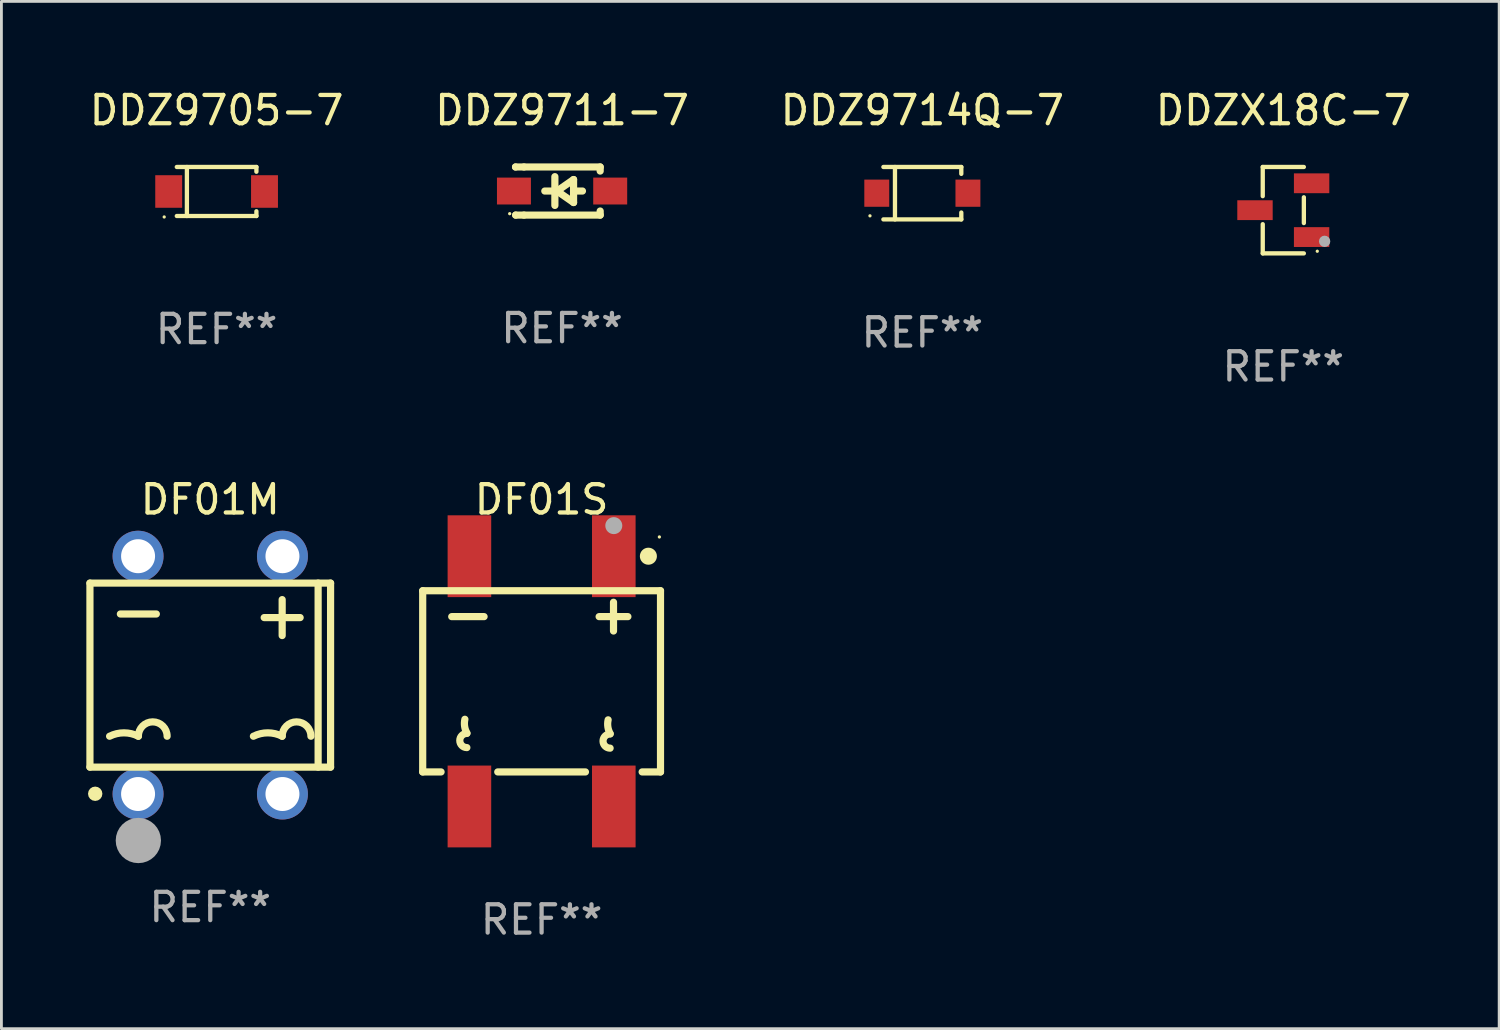
<source format=kicad_pcb>
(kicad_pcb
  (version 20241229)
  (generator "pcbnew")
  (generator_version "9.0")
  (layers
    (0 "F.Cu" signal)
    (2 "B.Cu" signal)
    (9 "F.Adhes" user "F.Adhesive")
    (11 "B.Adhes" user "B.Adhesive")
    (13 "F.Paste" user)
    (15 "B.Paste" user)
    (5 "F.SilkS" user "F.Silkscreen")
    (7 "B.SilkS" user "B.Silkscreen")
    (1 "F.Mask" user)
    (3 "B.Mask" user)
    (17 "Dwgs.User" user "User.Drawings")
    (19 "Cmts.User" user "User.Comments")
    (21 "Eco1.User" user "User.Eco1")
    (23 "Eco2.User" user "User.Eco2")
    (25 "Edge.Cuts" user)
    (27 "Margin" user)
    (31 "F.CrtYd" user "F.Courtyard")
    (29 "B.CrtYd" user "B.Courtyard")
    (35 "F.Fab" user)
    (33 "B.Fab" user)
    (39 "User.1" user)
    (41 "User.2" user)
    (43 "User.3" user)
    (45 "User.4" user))
  (footprint "DF01S"
    (layer "F.Cu")
    (at 16.081 21.017)
    (property "Reference" "DF01S" (at 0 -6.42 0) (layer "F.SilkS") (effects (font (size 1 1) (thickness 0.15))))
    (attr through_hole)
    (fp_line (start -4.2 -3.2) (end -4.2 3.2) (stroke (width 0.254) (type solid)) (layer "F.SilkS"))
    (fp_line (start -4.2 -3.2) (end 4.2 -3.2) (stroke (width 0.254) (type solid)) (layer "F.SilkS"))
    (fp_line (start -3.551 3.2) (end -4.2 3.2) (stroke (width 0.254) (type solid)) (layer "F.SilkS"))
    (fp_line (start -3.175 -2.286) (end -2.032 -2.286) (stroke (width 0.254) (type solid)) (layer "F.SilkS"))
    (fp_line (start 1.549 3.2) (end -1.549 3.2) (stroke (width 0.254) (type solid)) (layer "F.SilkS"))
    (fp_line (start 2.032 -2.286) (end 3.048 -2.286) (stroke (width 0.254) (type solid)) (layer "F.SilkS"))
    (fp_line (start 2.54 -2.794) (end 2.54 -1.778) (stroke (width 0.254) (type solid)) (layer "F.SilkS"))
    (fp_line (start 4.2 -3.2) (end 4.2 3.2) (stroke (width 0.254) (type solid)) (layer "F.SilkS"))
    (fp_line (start 4.2 3.2) (end 3.551 3.2) (stroke (width 0.254) (type solid)) (layer "F.SilkS"))
    (fp_arc (start -2.640005 2.340005) (mid -2.889967 2.090018) (end -2.640006 1.840031) (stroke (width 0.254001) (type solid)) (layer "F.SilkS"))
    (fp_arc (start -2.635967 1.828804) (mid -2.718984 1.591372) (end -2.710008 1.340005) (stroke (width 0.254001) (type solid)) (layer "F.SilkS"))
    (fp_arc (start 2.420015 2.36002) (mid 2.170003 2.110008) (end 2.420015 1.859996) (stroke (width 0.254001) (type solid)) (layer "F.SilkS"))
    (fp_arc (start 2.424029 1.848819) (mid 2.341017 1.611373) (end 2.350013 1.359995) (stroke (width 0.254001) (type solid)) (layer "F.SilkS"))
    (fp_circle (center 3.772 -4.42) (end 3.923 -4.42) (stroke (width 0.3) (type solid)) (fill no) (layer "F.SilkS"))
    (fp_circle (center 4.16 -5.1) (end 4.19 -5.1) (stroke (width 0.06) (type solid)) (fill no) (layer "F.SilkS"))
    (fp_circle (center 2.55 -5.5) (end 2.7 -5.5) (stroke (width 0.3) (type solid)) (fill no) (layer "F.Fab"))
    (fp_text user "REF**" (at 0 8.42 0) (layer "F.Fab") (effects (font (size 1 1) (thickness 0.15))))
    (pad "1" smd rect (at 2.55 -4.42 180) (size 1.54 2.89) (layers "F.Cu" "F.Mask" "F.Paste"))
    (pad "2" smd rect (at 2.55 4.42 180) (size 1.54 2.89) (layers "F.Cu" "F.Mask" "F.Paste"))
    (pad "3" smd rect (at -2.55 -4.42 180) (size 1.54 2.89) (layers "F.Cu" "F.Mask" "F.Paste"))
    (pad "4" smd rect (at -2.55 4.42 180) (size 1.54 2.89) (layers "F.Cu" "F.Mask" "F.Paste")))
  (footprint "DF01M"
    (layer "F.Cu")
    (at 4.377 20.797)
    (property "Reference" "DF01M" (at 0 -6.2 0) (layer "F.SilkS") (effects (font (size 1 1) (thickness 0.15))))
    (attr through_hole)
    (fp_line (start -4.25 -3.25) (end 4.25 -3.25) (stroke (width 0.254) (type solid)) (layer "F.SilkS"))
    (fp_line (start -4.25 3.25) (end -4.25 -3.25) (stroke (width 0.254) (type solid)) (layer "F.SilkS"))
    (fp_line (start -3.175 -2.159) (end -1.905 -2.159) (stroke (width 0.254) (type solid)) (layer "F.SilkS"))
    (fp_line (start 1.905 -2.032) (end 3.175 -2.032) (stroke (width 0.254) (type solid)) (layer "F.SilkS"))
    (fp_line (start 2.54 -1.397) (end 2.54 -2.667) (stroke (width 0.254) (type solid)) (layer "F.SilkS"))
    (fp_line (start 3.81 -3.25) (end 3.81 3.25) (stroke (width 0.254) (type solid)) (layer "F.SilkS"))
    (fp_line (start 4.25 -3.25) (end 4.25 3.25) (stroke (width 0.254) (type solid)) (layer "F.SilkS"))
    (fp_line (start 4.25 3.25) (end -4.25 3.25) (stroke (width 0.254) (type solid)) (layer "F.SilkS"))
    (fp_arc (start -3.556007 2.159004) (mid -3.048006 2.039081) (end -2.540005 2.159004) (stroke (width 0.254001) (type solid)) (layer "F.SilkS"))
    (fp_arc (start -2.540005 2.159004) (mid -2.032004 1.651003) (end -1.524003 2.159004) (stroke (width 0.254001) (type solid)) (layer "F.SilkS"))
    (fp_arc (start 1.524003 2.159004) (mid 2.032004 2.039081) (end 2.540005 2.159004) (stroke (width 0.254001) (type solid)) (layer "F.SilkS"))
    (fp_arc (start 2.540005 2.159004) (mid 3.048006 1.651003) (end 3.556007 2.159004) (stroke (width 0.254001) (type solid)) (layer "F.SilkS"))
    (fp_circle (center -4.16 4.125) (end -4.13 4.125) (stroke (width 0.06) (type solid)) (fill no) (layer "F.SilkS"))
    (fp_circle (center -4.064 4.191) (end -3.937 4.191) (stroke (width 0.254) (type solid)) (fill no) (layer "F.SilkS"))
    (fp_circle (center -2.54 5.842) (end -2.14 5.842) (stroke (width 0.8) (type solid)) (fill no) (layer "F.Fab"))
    (fp_text user "REF**" (at 0 8.2 0) (layer "F.Fab") (effects (font (size 1 1) (thickness 0.15))))
    (pad "1" thru_hole circle (at -2.55 4.2) (size 1.8 1.8) (drill 1.2) (layers "*.Cu" "*.Mask"))
    (pad "2" thru_hole circle (at 2.55 4.2) (size 1.8 1.8) (drill 1.2) (layers "*.Cu" "*.Mask"))
    (pad "3" thru_hole circle (at 2.55 -4.2) (size 1.8 1.8) (drill 1.2) (layers "*.Cu" "*.Mask"))
    (pad "4" thru_hole circle (at -2.55 -4.2) (size 1.8 1.8) (drill 1.2) (layers "*.Cu" "*.Mask")))
  (footprint "DDZ9711-7"
    (layer "F.Cu")
    (at 16.804 3.698)
    (property "Reference" "DDZ9711-7" (at 0 -2.85 0) (layer "F.SilkS") (effects (font (size 1 1) (thickness 0.15))))
    (attr through_hole)
    (fp_line (start -1.643 -0.85) (end -1.644 -0.849) (stroke (width 0.254) (type solid)) (layer "F.SilkS"))
    (fp_line (start -1.638 0.85) (end -1.639 0.849) (stroke (width 0.254) (type solid)) (layer "F.SilkS"))
    (fp_line (start -1.346 -0.85) (end -1.643 -0.85) (stroke (width 0.254) (type solid)) (layer "F.SilkS"))
    (fp_line (start -1.346 -0.85) (end 1.346 -0.85) (stroke (width 0.254) (type solid)) (layer "F.SilkS"))
    (fp_line (start -1.346 0.85) (end -1.638 0.85) (stroke (width 0.254) (type solid)) (layer "F.SilkS"))
    (fp_line (start -0.28 0) (end -0.61 0) (stroke (width 0.254) (type solid)) (layer "F.SilkS"))
    (fp_line (start -0.254 -0.508) (end -0.254 0.508) (stroke (width 0.254) (type solid)) (layer "F.SilkS"))
    (fp_line (start -0.178 0) (end 0.406 -0.406) (stroke (width 0.254) (type solid)) (layer "F.SilkS"))
    (fp_line (start 0.406 -0.406) (end 0.406 0.406) (stroke (width 0.254) (type solid)) (layer "F.SilkS"))
    (fp_line (start 0.406 -0.000254) (end 0.72 -0.000254) (stroke (width 0.254) (type solid)) (layer "F.SilkS"))
    (fp_line (start 0.406 0.406) (end -0.178 0) (stroke (width 0.254) (type solid)) (layer "F.SilkS"))
    (fp_line (start 1.346 -0.85) (end 1.346 -0.706) (stroke (width 0.254) (type solid)) (layer "F.SilkS"))
    (fp_line (start 1.346 0.706) (end 1.346 0.85) (stroke (width 0.254) (type solid)) (layer "F.SilkS"))
    (fp_line (start 1.346 0.85) (end -1.346 0.85) (stroke (width 0.254) (type solid)) (layer "F.SilkS"))
    (fp_circle (center -1.85 0.8) (end -1.82 0.8) (stroke (width 0.06) (type solid)) (fill no) (layer "F.SilkS"))
    (fp_text user "REF**" (at 0 4.85 0) (layer "F.Fab") (effects (font (size 1 1) (thickness 0.15))))
    (pad "1" smd rect (at -1.7 0) (size 1.2 0.95) (layers "F.Cu" "F.Mask" "F.Paste"))
    (pad "2" smd rect (at 1.7 0) (size 1.2 0.95) (layers "F.Cu" "F.Mask" "F.Paste")))
  (footprint "DDZ9705-7"
    (layer "F.Cu")
    (at 4.601 3.714)
    (property "Reference" "DDZ9705-7" (at 0 -2.866 0) (layer "F.SilkS") (effects (font (size 1 1) (thickness 0.15))))
    (attr through_hole)
    (fp_line (start -1.406 -0.866) (end 1.406 -0.866) (stroke (width 0.152) (type solid)) (layer "F.SilkS"))
    (fp_line (start -1.406 0.866) (end 1.406 0.866) (stroke (width 0.152) (type solid)) (layer "F.SilkS"))
    (fp_line (start -1.049 -0.866) (end -1.049 0.866) (stroke (width 0.152) (type solid)) (layer "F.SilkS"))
    (fp_line (start 1.406 -0.866) (end 1.406 -0.698) (stroke (width 0.152) (type solid)) (layer "F.SilkS"))
    (fp_line (start 1.406 0.866) (end 1.406 0.698) (stroke (width 0.152) (type solid)) (layer "F.SilkS"))
    (fp_circle (center -1.851 0.9) (end -1.821 0.9) (stroke (width 0.06) (type solid)) (fill no) (layer "F.SilkS"))
    (fp_text user "REF**" (at 0 4.866 0) (layer "F.Fab") (effects (font (size 1 1) (thickness 0.15))))
    (pad "1" smd rect (at -1.692 0) (size 0.95 1.15) (layers "F.Cu" "F.Mask" "F.Paste"))
    (pad "2" smd rect (at 1.692 0) (size 0.95 1.15) (layers "F.Cu" "F.Mask" "F.Paste")))
  (footprint "DDZX18C-7"
    (layer "F.Cu")
    (at 42.28 4.374)
    (property "Reference" "DDZX18C-7" (at 0 -3.526 0) (layer "F.SilkS") (effects (font (size 1 1) (thickness 0.15))))
    (attr through_hole)
    (fp_line (start -0.726 -1.526) (end -0.726 -0.495) (stroke (width 0.152) (type solid)) (layer "F.SilkS"))
    (fp_line (start -0.726 1.526) (end -0.726 0.495) (stroke (width 0.152) (type solid)) (layer "F.SilkS"))
    (fp_line (start 0.726 -1.526) (end -0.726 -1.526) (stroke (width 0.152) (type solid)) (layer "F.SilkS"))
    (fp_line (start 0.726 -0.455) (end 0.726 0.455) (stroke (width 0.152) (type solid)) (layer "F.SilkS"))
    (fp_line (start 0.726 1.526) (end -0.726 1.526) (stroke (width 0.152) (type solid)) (layer "F.SilkS"))
    (fp_circle (center 1.2 1.45) (end 1.23 1.45) (stroke (width 0.06) (type solid)) (fill no) (layer "F.SilkS"))
    (fp_circle (center 1.46 1.1) (end 1.56 1.1) (stroke (width 0.2) (type solid)) (fill no) (layer "F.Fab"))
    (fp_text user "REF**" (at 0 5.526 0) (layer "F.Fab") (effects (font (size 1 1) (thickness 0.15))))
    (pad "1" smd rect (at 1 0.95) (size 1.25 0.7) (layers "F.Cu" "F.Mask" "F.Paste"))
    (pad "2" smd rect (at 1 -0.95) (size 1.25 0.7) (layers "F.Cu" "F.Mask" "F.Paste"))
    (pad "3" smd rect (at -1 0) (size 1.25 0.7) (layers "F.Cu" "F.Mask" "F.Paste")))
  (footprint "DDZ9714Q-7"
    (layer "F.Cu")
    (at 29.53 3.774)
    (property "Reference" "DDZ9714Q-7" (at 0 -2.926 0) (layer "F.SilkS") (effects (font (size 1 1) (thickness 0.15))))
    (attr through_hole)
    (fp_line (start -1.376 -0.926) (end 1.376 -0.926) (stroke (width 0.152) (type solid)) (layer "F.SilkS"))
    (fp_line (start -1.376 0.926) (end 1.376 0.926) (stroke (width 0.152) (type solid)) (layer "F.SilkS"))
    (fp_line (start -0.967 -0.926) (end -0.967 0.926) (stroke (width 0.152) (type solid)) (layer "F.SilkS"))
    (fp_line (start 1.376 -0.926) (end 1.376 -0.683) (stroke (width 0.152) (type solid)) (layer "F.SilkS"))
    (fp_line (start 1.376 0.926) (end 1.376 0.683) (stroke (width 0.152) (type solid)) (layer "F.SilkS"))
    (fp_circle (center -1.85 0.8) (end -1.82 0.8) (stroke (width 0.06) (type solid)) (fill no) (layer "F.SilkS"))
    (fp_text user "REF**" (at 0 4.926 0) (layer "F.Fab") (effects (font (size 1 1) (thickness 0.15))))
    (pad "1" smd rect (at -1.61 0) (size 0.88 0.96) (layers "F.Cu" "F.Mask" "F.Paste"))
    (pad "2" smd rect (at 1.61 0) (size 0.88 0.96) (layers "F.Cu" "F.Mask" "F.Paste")))
  (gr_rect
    (start -3 -3)
    (end 49.905 33.286)
    (stroke (width 0.1) (type default))
    (fill no)
    (layer "Edge.Cuts")))
</source>
